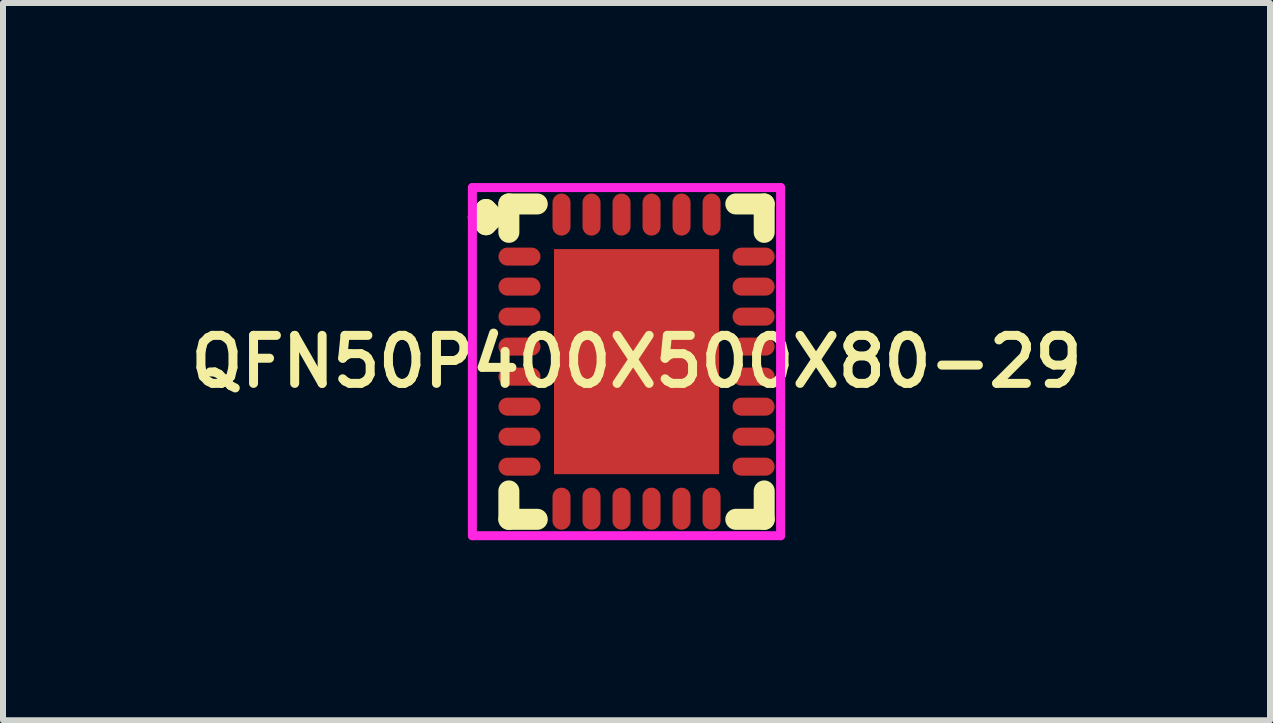
<source format=kicad_pcb>
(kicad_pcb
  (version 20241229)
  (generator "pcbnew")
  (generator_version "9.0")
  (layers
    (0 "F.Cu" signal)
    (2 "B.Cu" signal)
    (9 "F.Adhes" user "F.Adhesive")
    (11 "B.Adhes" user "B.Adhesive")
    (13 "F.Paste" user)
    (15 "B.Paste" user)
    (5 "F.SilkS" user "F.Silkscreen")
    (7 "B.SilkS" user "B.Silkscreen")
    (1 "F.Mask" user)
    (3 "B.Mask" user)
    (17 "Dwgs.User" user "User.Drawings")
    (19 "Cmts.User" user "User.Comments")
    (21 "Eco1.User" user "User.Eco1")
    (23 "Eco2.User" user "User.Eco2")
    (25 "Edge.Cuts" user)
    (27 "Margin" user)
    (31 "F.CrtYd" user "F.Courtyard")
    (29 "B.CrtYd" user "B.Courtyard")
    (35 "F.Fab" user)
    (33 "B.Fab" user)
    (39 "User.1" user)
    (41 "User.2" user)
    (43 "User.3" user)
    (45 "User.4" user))
  (footprint "QFN50P400X500X80-29"
    (layer "F.Cu")
    (at 7.555 2.975)
    (property "Reference" "QFN50P400X500X80-29" (at 0 0 0) (layer "F.SilkS") (effects (font (size 0.8 0.8) (thickness 0.15))))
    (attr smd)
    (fp_line (start -2.635 -2.408) (end -2.508 -2.535) (stroke (width 0.35) (type solid)) (layer "F.SilkS"))
    (fp_line (start -2.508 -2.535) (end -2.381 -2.408) (stroke (width 0.35) (type solid)) (layer "F.SilkS"))
    (fp_line (start -2.508 -2.281) (end -2.635 -2.408) (stroke (width 0.35) (type solid)) (layer "F.SilkS"))
    (fp_line (start -2.381 -2.408) (end -2.508 -2.281) (stroke (width 0.35) (type solid)) (layer "F.SilkS"))
    (fp_line (start -2.127 -2.627) (end -1.654 -2.627) (stroke (width 0.35) (type solid)) (layer "F.SilkS"))
    (fp_line (start -2.127 -2.154) (end -2.127 -2.627) (stroke (width 0.35) (type solid)) (layer "F.SilkS"))
    (fp_line (start -2.127 2.154) (end -2.127 2.627) (stroke (width 0.35) (type solid)) (layer "F.SilkS"))
    (fp_line (start -2.127 2.627) (end -1.654 2.627) (stroke (width 0.35) (type solid)) (layer "F.SilkS"))
    (fp_line (start 1.654 -2.627) (end 2.127 -2.627) (stroke (width 0.35) (type solid)) (layer "F.SilkS"))
    (fp_line (start 1.654 2.627) (end 2.127 2.627) (stroke (width 0.35) (type solid)) (layer "F.SilkS"))
    (fp_line (start 2.127 -2.627) (end 2.127 -2.154) (stroke (width 0.35) (type solid)) (layer "F.SilkS"))
    (fp_line (start 2.127 2.627) (end 2.127 2.154) (stroke (width 0.35) (type solid)) (layer "F.SilkS"))
    (fp_line (start -2.735 -2.9) (end 2.4 -2.9) (stroke (width 0.15) (type solid)) (layer "F.CrtYd"))
    (fp_line (start -2.735 2.9) (end -2.735 -2.9) (stroke (width 0.15) (type solid)) (layer "F.CrtYd"))
    (fp_line (start 2.4 -2.9) (end 2.4 2.9) (stroke (width 0.15) (type solid)) (layer "F.CrtYd"))
    (fp_line (start 2.4 2.9) (end -2.735 2.9) (stroke (width 0.15) (type solid)) (layer "F.CrtYd"))
    (pad "1" smd oval (at -1.95 -1.75) (size 0.7 0.3) (layers "F.Cu" "F.Mask" "F.Paste"))
    (pad "2" smd oval (at -1.95 -1.25) (size 0.7 0.3) (layers "F.Cu" "F.Mask" "F.Paste"))
    (pad "3" smd oval (at -1.95 -0.75) (size 0.7 0.3) (layers "F.Cu" "F.Mask" "F.Paste"))
    (pad "4" smd oval (at -1.95 -0.25) (size 0.7 0.3) (layers "F.Cu" "F.Mask" "F.Paste"))
    (pad "5" smd oval (at -1.95 0.25) (size 0.7 0.3) (layers "F.Cu" "F.Mask" "F.Paste"))
    (pad "6" smd oval (at -1.95 0.75) (size 0.7 0.3) (layers "F.Cu" "F.Mask" "F.Paste"))
    (pad "7" smd oval (at -1.95 1.25) (size 0.7 0.3) (layers "F.Cu" "F.Mask" "F.Paste"))
    (pad "8" smd oval (at -1.95 1.75) (size 0.7 0.3) (layers "F.Cu" "F.Mask" "F.Paste"))
    (pad "9" smd oval (at -1.25 2.45) (size 0.3 0.7) (layers "F.Cu" "F.Mask" "F.Paste"))
    (pad "10" smd oval (at -0.75 2.45) (size 0.3 0.7) (layers "F.Cu" "F.Mask" "F.Paste"))
    (pad "11" smd oval (at -0.25 2.45) (size 0.3 0.7) (layers "F.Cu" "F.Mask" "F.Paste"))
    (pad "12" smd oval (at 0.25 2.45) (size 0.3 0.7) (layers "F.Cu" "F.Mask" "F.Paste"))
    (pad "13" smd oval (at 0.75 2.45) (size 0.3 0.7) (layers "F.Cu" "F.Mask" "F.Paste"))
    (pad "14" smd oval (at 1.25 2.45) (size 0.3 0.7) (layers "F.Cu" "F.Mask" "F.Paste"))
    (pad "15" smd oval (at 1.95 1.75) (size 0.7 0.3) (layers "F.Cu" "F.Mask" "F.Paste"))
    (pad "16" smd oval (at 1.95 1.25) (size 0.7 0.3) (layers "F.Cu" "F.Mask" "F.Paste"))
    (pad "17" smd oval (at 1.95 0.75) (size 0.7 0.3) (layers "F.Cu" "F.Mask" "F.Paste"))
    (pad "18" smd oval (at 1.95 0.25) (size 0.7 0.3) (layers "F.Cu" "F.Mask" "F.Paste"))
    (pad "19" smd oval (at 1.95 -0.25) (size 0.7 0.3) (layers "F.Cu" "F.Mask" "F.Paste"))
    (pad "20" smd oval (at 1.95 -0.75) (size 0.7 0.3) (layers "F.Cu" "F.Mask" "F.Paste"))
    (pad "21" smd oval (at 1.95 -1.25) (size 0.7 0.3) (layers "F.Cu" "F.Mask" "F.Paste"))
    (pad "22" smd oval (at 1.95 -1.75) (size 0.7 0.3) (layers "F.Cu" "F.Mask" "F.Paste"))
    (pad "23" smd oval (at 1.25 -2.45) (size 0.3 0.7) (layers "F.Cu" "F.Mask" "F.Paste"))
    (pad "24" smd oval (at 0.75 -2.45) (size 0.3 0.7) (layers "F.Cu" "F.Mask" "F.Paste"))
    (pad "25" smd oval (at 0.25 -2.45) (size 0.3 0.7) (layers "F.Cu" "F.Mask" "F.Paste"))
    (pad "26" smd oval (at -0.25 -2.45) (size 0.3 0.7) (layers "F.Cu" "F.Mask" "F.Paste"))
    (pad "27" smd oval (at -0.75 -2.45) (size 0.3 0.7) (layers "F.Cu" "F.Mask" "F.Paste"))
    (pad "28" smd oval (at -1.25 -2.45) (size 0.3 0.7) (layers "F.Cu" "F.Mask" "F.Paste"))
    (pad "29" smd rect (at 0 0) (size 2.75 3.75) (layers "F.Cu" "F.Mask" "F.Paste")))
  (gr_rect
    (start -3 -3)
    (end 18.109 8.95)
    (stroke (width 0.1) (type default))
    (fill no)
    (layer "Edge.Cuts")))
</source>
